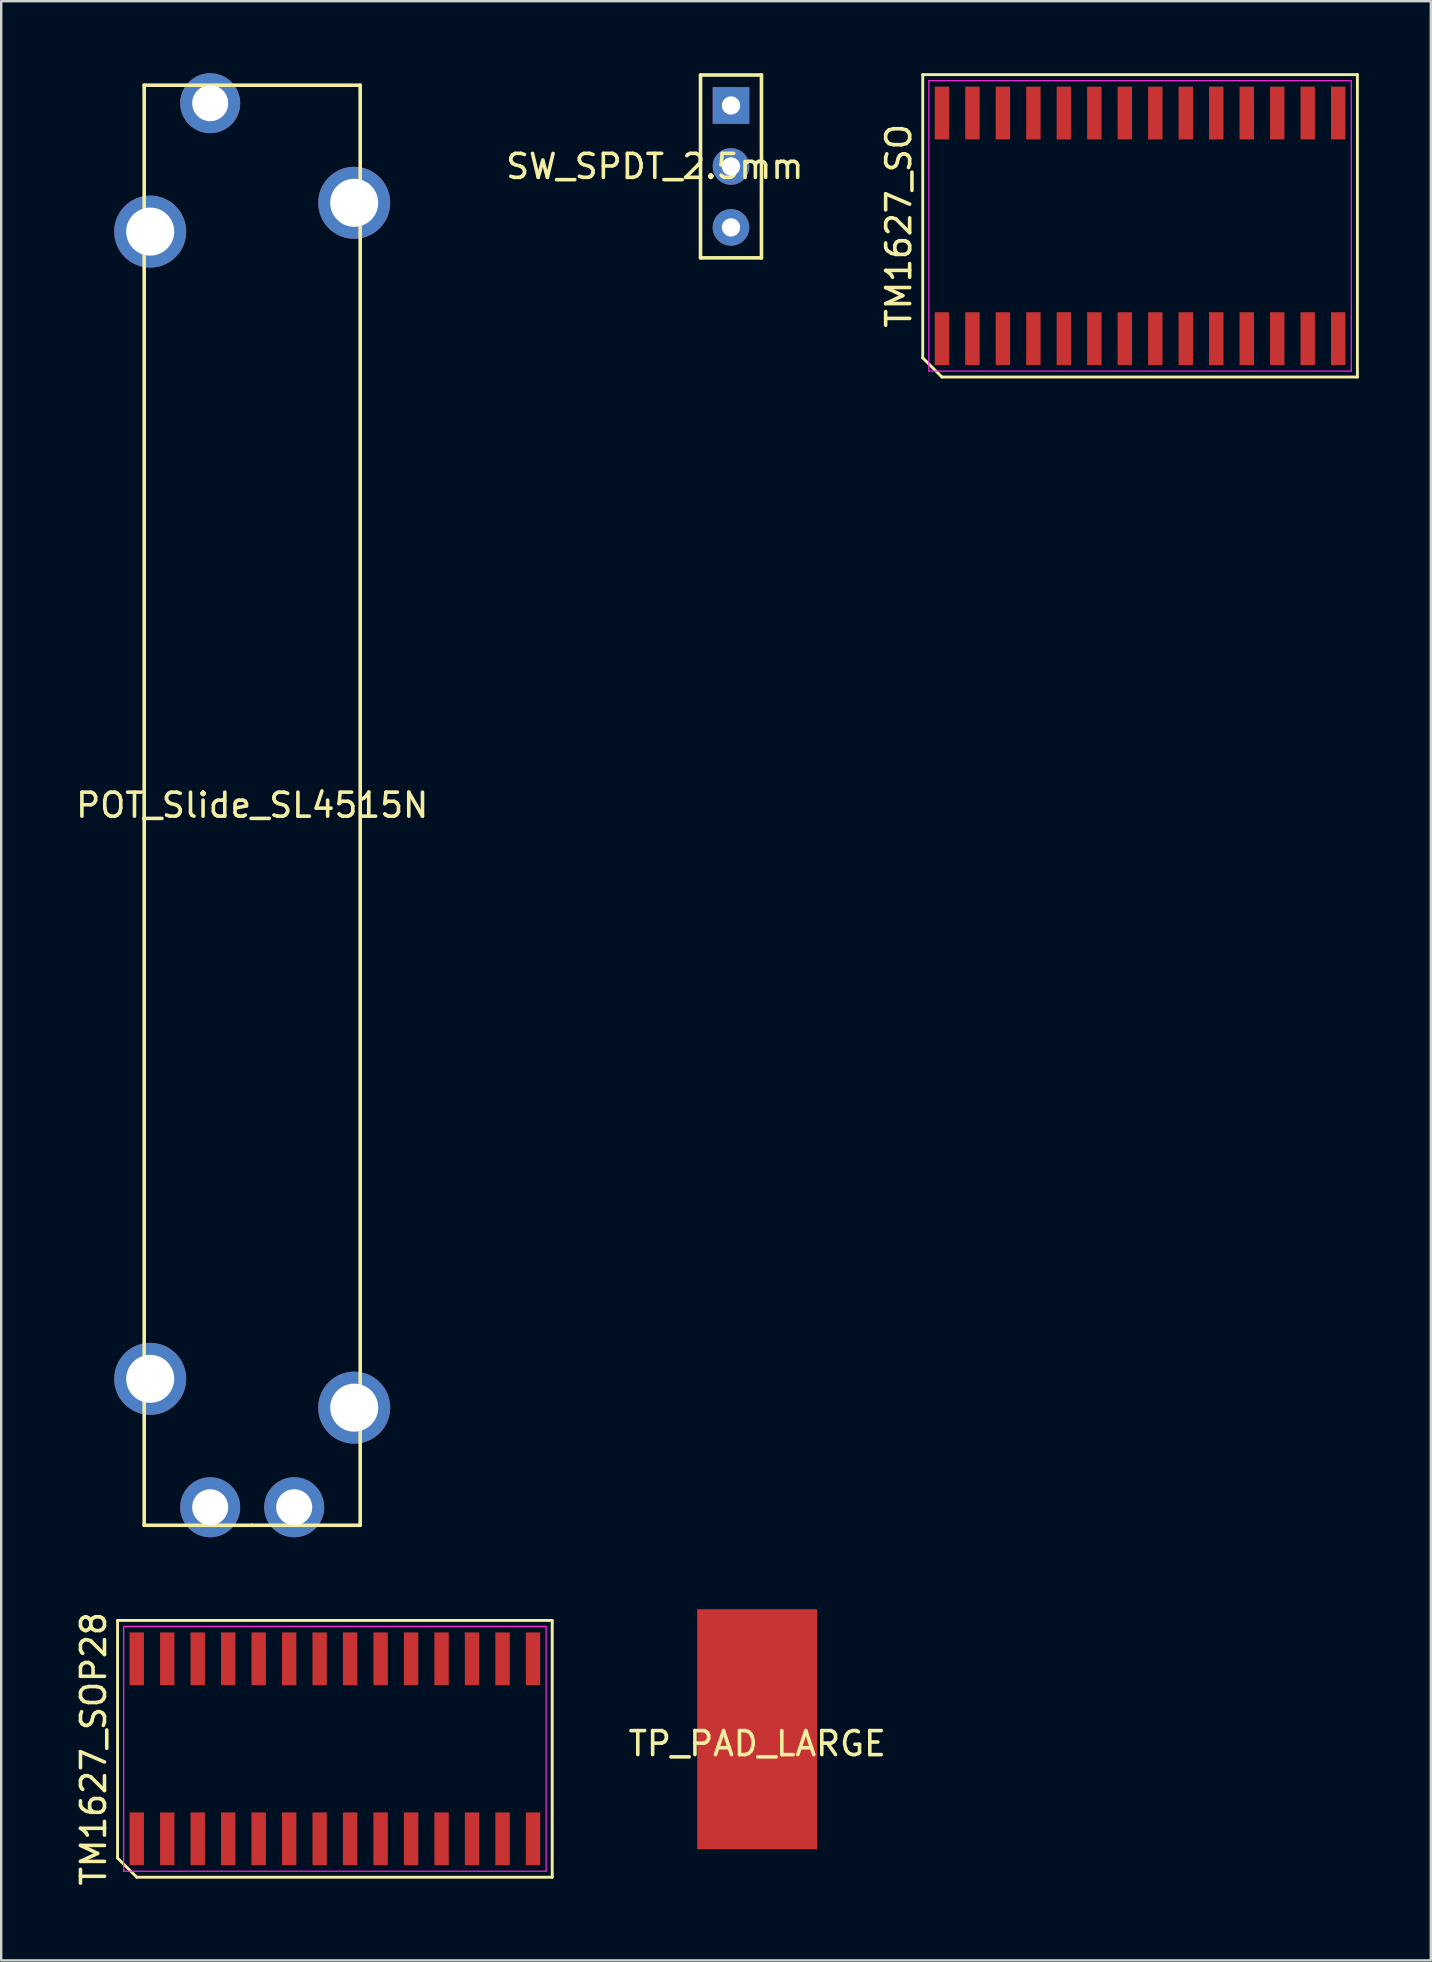
<source format=kicad_pcb>
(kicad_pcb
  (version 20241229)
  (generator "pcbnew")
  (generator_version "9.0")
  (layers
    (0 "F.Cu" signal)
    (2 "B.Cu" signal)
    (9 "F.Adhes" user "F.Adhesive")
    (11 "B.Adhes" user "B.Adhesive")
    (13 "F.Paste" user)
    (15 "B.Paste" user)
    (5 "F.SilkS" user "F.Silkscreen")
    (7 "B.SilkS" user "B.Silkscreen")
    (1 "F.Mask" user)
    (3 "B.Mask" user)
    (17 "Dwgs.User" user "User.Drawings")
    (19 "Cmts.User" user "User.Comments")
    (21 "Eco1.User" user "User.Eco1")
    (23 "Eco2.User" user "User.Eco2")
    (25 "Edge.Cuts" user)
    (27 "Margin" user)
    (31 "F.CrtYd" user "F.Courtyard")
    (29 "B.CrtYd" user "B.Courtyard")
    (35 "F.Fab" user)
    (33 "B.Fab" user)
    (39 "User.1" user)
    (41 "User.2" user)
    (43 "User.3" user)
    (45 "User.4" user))
  (footprint "TM1627_SOP28"
    (layer "F.Cu")
    (at 10.903 69.815)
    (property "Reference" "TM1627_SOP28" (at -10.055 0 90) (layer "F.SilkS") (effects (font (size 1 1) (thickness 0.15))))
    (attr smd)
    (fp_line (start -9.055 -5.35) (end 9.055 -5.35) (stroke (width 0.12) (type solid)) (layer "F.SilkS"))
    (fp_line (start -9.055 4.55) (end -9.055 -5.35) (stroke (width 0.12) (type solid)) (layer "F.SilkS"))
    (fp_line (start -8.255 5.35) (end -9.055 4.55) (stroke (width 0.12) (type solid)) (layer "F.SilkS"))
    (fp_line (start 9.055 -5.35) (end 9.055 5.35) (stroke (width 0.12) (type solid)) (layer "F.SilkS"))
    (fp_line (start 9.055 5.35) (end -8.255 5.35) (stroke (width 0.12) (type solid)) (layer "F.SilkS"))
    (fp_line (start -8.8 -5.1) (end 8.8 -5.1) (stroke (width 0.05) (type solid)) (layer "F.CrtYd"))
    (fp_line (start -8.8 5.1) (end -8.8 -5.1) (stroke (width 0.05) (type solid)) (layer "F.CrtYd"))
    (fp_line (start 8.8 -5.1) (end 8.8 5.1) (stroke (width 0.05) (type solid)) (layer "F.CrtYd"))
    (fp_line (start 8.8 5.1) (end -8.8 5.1) (stroke (width 0.05) (type solid)) (layer "F.CrtYd"))
    (pad "1" smd rect (at -8.255 3.75) (size 0.6 2.2) (layers "F.Cu" "F.Mask" "F.Paste"))
    (pad "2" smd rect (at -6.985 3.75) (size 0.6 2.2) (layers "F.Cu" "F.Mask" "F.Paste"))
    (pad "3" smd rect (at -5.715 3.75) (size 0.6 2.2) (layers "F.Cu" "F.Mask" "F.Paste"))
    (pad "4" smd rect (at -4.445 3.75) (size 0.6 2.2) (layers "F.Cu" "F.Mask" "F.Paste"))
    (pad "5" smd rect (at -3.175 3.75) (size 0.6 2.2) (layers "F.Cu" "F.Mask" "F.Paste"))
    (pad "6" smd rect (at -1.905 3.75) (size 0.6 2.2) (layers "F.Cu" "F.Mask" "F.Paste"))
    (pad "7" smd rect (at -0.635 3.75) (size 0.6 2.2) (layers "F.Cu" "F.Mask" "F.Paste"))
    (pad "8" smd rect (at 0.635 3.75) (size 0.6 2.2) (layers "F.Cu" "F.Mask" "F.Paste"))
    (pad "9" smd rect (at 1.905 3.75) (size 0.6 2.2) (layers "F.Cu" "F.Mask" "F.Paste"))
    (pad "10" smd rect (at 3.175 3.75) (size 0.6 2.2) (layers "F.Cu" "F.Mask" "F.Paste"))
    (pad "11" smd rect (at 4.445 3.75) (size 0.6 2.2) (layers "F.Cu" "F.Mask" "F.Paste"))
    (pad "12" smd rect (at 5.715 3.75) (size 0.6 2.2) (layers "F.Cu" "F.Mask" "F.Paste"))
    (pad "13" smd rect (at 6.985 3.75) (size 0.6 2.2) (layers "F.Cu" "F.Mask" "F.Paste"))
    (pad "14" smd rect (at 8.255 3.75) (size 0.6 2.2) (layers "F.Cu" "F.Mask" "F.Paste"))
    (pad "15" smd rect (at 8.255 -3.75) (size 0.6 2.2) (layers "F.Cu" "F.Mask" "F.Paste"))
    (pad "16" smd rect (at 6.985 -3.75) (size 0.6 2.2) (layers "F.Cu" "F.Mask" "F.Paste"))
    (pad "17" smd rect (at 5.715 -3.75) (size 0.6 2.2) (layers "F.Cu" "F.Mask" "F.Paste"))
    (pad "18" smd rect (at 4.445 -3.75) (size 0.6 2.2) (layers "F.Cu" "F.Mask" "F.Paste"))
    (pad "19" smd rect (at 3.175 -3.75) (size 0.6 2.2) (layers "F.Cu" "F.Mask" "F.Paste"))
    (pad "20" smd rect (at 1.905 -3.75) (size 0.6 2.2) (layers "F.Cu" "F.Mask" "F.Paste"))
    (pad "21" smd rect (at 0.635 -3.75) (size 0.6 2.2) (layers "F.Cu" "F.Mask" "F.Paste"))
    (pad "22" smd rect (at -0.635 -3.75) (size 0.6 2.2) (layers "F.Cu" "F.Mask" "F.Paste"))
    (pad "23" smd rect (at -1.905 -3.75) (size 0.6 2.2) (layers "F.Cu" "F.Mask" "F.Paste"))
    (pad "24" smd rect (at -3.175 -3.75) (size 0.6 2.2) (layers "F.Cu" "F.Mask" "F.Paste"))
    (pad "25" smd rect (at -4.445 -3.75) (size 0.6 2.2) (layers "F.Cu" "F.Mask" "F.Paste"))
    (pad "26" smd rect (at -5.715 -3.75) (size 0.6 2.2) (layers "F.Cu" "F.Mask" "F.Paste"))
    (pad "27" smd rect (at -6.985 -3.75) (size 0.6 2.2) (layers "F.Cu" "F.Mask" "F.Paste"))
    (pad "28" smd rect (at -8.255 -3.75) (size 0.6 2.2) (layers "F.Cu" "F.Mask" "F.Paste")))
  (footprint "POT_Slide_SL4515N"
    (layer "F.Cu")
    (at 7.458 59.75)
    (property "Reference" "POT_Slide_SL4515N" (at 0 -29.25 0) (layer "F.SilkS") (effects (font (size 1 1) (thickness 0.15))))
    (attr through_hole)
    (fp_line (start -4.5 -59.25) (end -4.5 0.75) (stroke (width 0.15) (type solid)) (layer "F.SilkS"))
    (fp_line (start -4.5 0.75) (end 0 0.75) (stroke (width 0.15) (type solid)) (layer "F.SilkS"))
    (fp_line (start 0 0.75) (end 4.5 0.75) (stroke (width 0.15) (type solid)) (layer "F.SilkS"))
    (fp_line (start 4.5 -59.25) (end -4.5 -59.25) (stroke (width 0.15) (type solid)) (layer "F.SilkS"))
    (fp_line (start 4.5 0.75) (end 4.5 -59.25) (stroke (width 0.15) (type solid)) (layer "F.SilkS"))
    (pad "0" thru_hole circle (at -4.25 -53.15) (size 3 3) (drill 2) (layers "*.Cu" "*.Mask"))
    (pad "0" thru_hole circle (at -4.25 -5.35) (size 3 3) (drill 2) (layers "*.Cu" "*.Mask"))
    (pad "0" thru_hole circle (at 4.25 -54.35) (size 3 3) (drill 2) (layers "*.Cu" "*.Mask"))
    (pad "0" thru_hole circle (at 4.25 -4.15) (size 3 3) (drill 2) (layers "*.Cu" "*.Mask"))
    (pad "1" thru_hole circle (at -1.75 0) (size 2.5 2.5) (drill 1.5) (layers "*.Cu" "*.Mask"))
    (pad "2" thru_hole circle (at 1.75 0) (size 2.5 2.5) (drill 1.5) (layers "*.Cu" "*.Mask"))
    (pad "3" thru_hole circle (at -1.75 -58.5) (size 2.5 2.5) (drill 1.5) (layers "*.Cu" "*.Mask")))
  (footprint "TM1627_SO"
    (layer "F.Cu")
    (at 44.451 6.36)
    (property "Reference" "TM1627_SO" (at -10.055 0 90) (layer "F.SilkS") (effects (font (size 1 1) (thickness 0.15))))
    (attr smd)
    (fp_line (start -9.055 -6.3) (end 9.055 -6.3) (stroke (width 0.12) (type solid)) (layer "F.SilkS"))
    (fp_line (start -9.055 5.5) (end -9.055 -6.3) (stroke (width 0.12) (type solid)) (layer "F.SilkS"))
    (fp_line (start -8.255 6.3) (end -9.055 5.5) (stroke (width 0.12) (type solid)) (layer "F.SilkS"))
    (fp_line (start 9.055 -6.3) (end 9.055 6.3) (stroke (width 0.12) (type solid)) (layer "F.SilkS"))
    (fp_line (start 9.055 6.3) (end -8.255 6.3) (stroke (width 0.12) (type solid)) (layer "F.SilkS"))
    (fp_line (start -8.8 -6.05) (end 8.8 -6.05) (stroke (width 0.05) (type solid)) (layer "F.CrtYd"))
    (fp_line (start -8.8 6.05) (end -8.8 -6.05) (stroke (width 0.05) (type solid)) (layer "F.CrtYd"))
    (fp_line (start 8.8 -6.05) (end 8.8 6.05) (stroke (width 0.05) (type solid)) (layer "F.CrtYd"))
    (fp_line (start 8.8 6.05) (end -8.8 6.05) (stroke (width 0.05) (type solid)) (layer "F.CrtYd"))
    (pad "1" smd rect (at -8.255 4.7) (size 0.6 2.2) (layers "F.Cu" "F.Mask" "F.Paste"))
    (pad "2" smd rect (at -6.985 4.7) (size 0.6 2.2) (layers "F.Cu" "F.Mask" "F.Paste"))
    (pad "3" smd rect (at -5.715 4.7) (size 0.6 2.2) (layers "F.Cu" "F.Mask" "F.Paste"))
    (pad "4" smd rect (at -4.445 4.7) (size 0.6 2.2) (layers "F.Cu" "F.Mask" "F.Paste"))
    (pad "5" smd rect (at -3.175 4.7) (size 0.6 2.2) (layers "F.Cu" "F.Mask" "F.Paste"))
    (pad "6" smd rect (at -1.905 4.7) (size 0.6 2.2) (layers "F.Cu" "F.Mask" "F.Paste"))
    (pad "7" smd rect (at -0.635 4.7) (size 0.6 2.2) (layers "F.Cu" "F.Mask" "F.Paste"))
    (pad "8" smd rect (at 0.635 4.7) (size 0.6 2.2) (layers "F.Cu" "F.Mask" "F.Paste"))
    (pad "9" smd rect (at 1.905 4.7) (size 0.6 2.2) (layers "F.Cu" "F.Mask" "F.Paste"))
    (pad "10" smd rect (at 3.175 4.7) (size 0.6 2.2) (layers "F.Cu" "F.Mask" "F.Paste"))
    (pad "11" smd rect (at 4.445 4.7) (size 0.6 2.2) (layers "F.Cu" "F.Mask" "F.Paste"))
    (pad "12" smd rect (at 5.715 4.7) (size 0.6 2.2) (layers "F.Cu" "F.Mask" "F.Paste"))
    (pad "13" smd rect (at 6.985 4.7) (size 0.6 2.2) (layers "F.Cu" "F.Mask" "F.Paste"))
    (pad "14" smd rect (at 8.255 4.7) (size 0.6 2.2) (layers "F.Cu" "F.Mask" "F.Paste"))
    (pad "15" smd rect (at 8.255 -4.7) (size 0.6 2.2) (layers "F.Cu" "F.Mask" "F.Paste"))
    (pad "16" smd rect (at 6.985 -4.7) (size 0.6 2.2) (layers "F.Cu" "F.Mask" "F.Paste"))
    (pad "17" smd rect (at 5.715 -4.7) (size 0.6 2.2) (layers "F.Cu" "F.Mask" "F.Paste"))
    (pad "18" smd rect (at 4.445 -4.7) (size 0.6 2.2) (layers "F.Cu" "F.Mask" "F.Paste"))
    (pad "19" smd rect (at 3.175 -4.7) (size 0.6 2.2) (layers "F.Cu" "F.Mask" "F.Paste"))
    (pad "20" smd rect (at 1.905 -4.7) (size 0.6 2.2) (layers "F.Cu" "F.Mask" "F.Paste"))
    (pad "21" smd rect (at 0.635 -4.7) (size 0.6 2.2) (layers "F.Cu" "F.Mask" "F.Paste"))
    (pad "22" smd rect (at -0.635 -4.7) (size 0.6 2.2) (layers "F.Cu" "F.Mask" "F.Paste"))
    (pad "23" smd rect (at -1.905 -4.7) (size 0.6 2.2) (layers "F.Cu" "F.Mask" "F.Paste"))
    (pad "24" smd rect (at -3.175 -4.7) (size 0.6 2.2) (layers "F.Cu" "F.Mask" "F.Paste"))
    (pad "25" smd rect (at -4.445 -4.7) (size 0.6 2.2) (layers "F.Cu" "F.Mask" "F.Paste"))
    (pad "26" smd rect (at -5.715 -4.7) (size 0.6 2.2) (layers "F.Cu" "F.Mask" "F.Paste"))
    (pad "27" smd rect (at -6.985 -4.7) (size 0.6 2.2) (layers "F.Cu" "F.Mask" "F.Paste"))
    (pad "28" smd rect (at -8.255 -4.7) (size 0.6 2.2) (layers "F.Cu" "F.Mask" "F.Paste")))
  (footprint "SW_SPDT_2.5mm"
    (layer "F.Cu")
    (at 27.407 3.885)
    (property "Reference" "SW_SPDT_2.5mm" (at -3.175 0 0) (layer "F.SilkS") (effects (font (size 1 1) (thickness 0.15))))
    (attr through_hole)
    (fp_line (start -1.27 -3.81) (end 1.27 -3.81) (stroke (width 0.15) (type solid)) (layer "F.SilkS"))
    (fp_line (start -1.27 3.81) (end -1.27 -3.81) (stroke (width 0.15) (type solid)) (layer "F.SilkS"))
    (fp_line (start 1.27 -3.81) (end 1.27 3.81) (stroke (width 0.15) (type solid)) (layer "F.SilkS"))
    (fp_line (start 1.27 3.81) (end -1.27 3.81) (stroke (width 0.15) (type solid)) (layer "F.SilkS"))
    (pad "1" thru_hole rect (at 0 -2.54) (size 1.524 1.524) (drill 0.762) (layers "*.Cu" "*.Mask"))
    (pad "2" thru_hole circle (at 0 0) (size 1.524 1.524) (drill 0.762) (layers "*.Cu" "*.Mask"))
    (pad "3" thru_hole circle (at 0 2.54) (size 1.524 1.524) (drill 0.762) (layers "*.Cu" "*.Mask")))
  (footprint "TP_PAD_LARGE"
    (layer "F.Cu")
    (at 28.5 69.1)
    (property "Reference" "TP_PAD_LARGE" (at 0 0.5 0) (layer "F.SilkS") (effects (font (size 1 1) (thickness 0.15))))
    (attr through_hole)
    (pad "1" smd rect (at 0 -0.1) (size 5 10) (layers "F.Cu" "F.Mask" "F.Paste")))
  (gr_rect
    (start -3 -3)
    (end 56.566 78.631)
    (stroke (width 0.1) (type default))
    (fill no)
    (layer "Edge.Cuts")))
</source>
